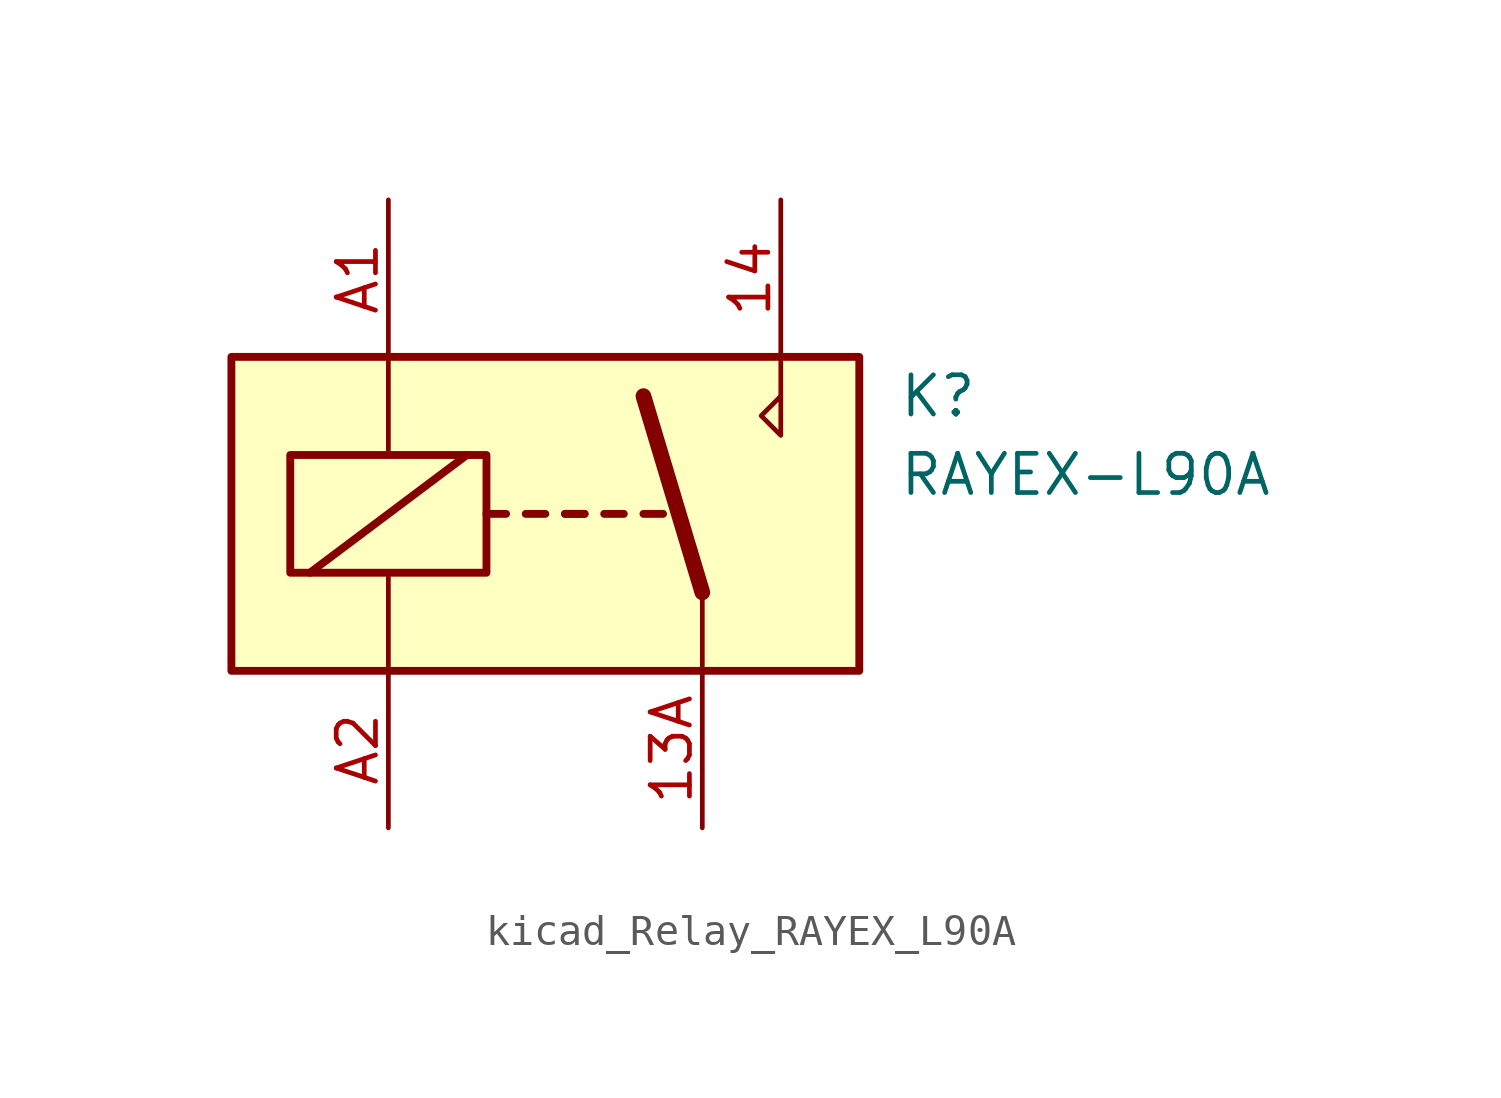
<source format=kicad_sym>
(kicad_symbol_lib
  (version 20220914)
  (generator kicad_symbol_editor)
  (symbol "kicad_Relay_RAYEX_L90A"
    (property "Reference" "K"
      (at 11.43 3.81 0)
      (effects (font (size 1.27 1.27)) (justify left)))
    (property "Value" "RAYEX-L90A"
      (at 11.43 1.27 0)
      (effects (font (size 1.27 1.27)) (justify left)))
    (symbol "kicad_Relay_RAYEX_L90A_1_0"
      (polyline (pts (xy 7.62 3.81) (xy 7.62 5.08)) (stroke (width 0) (type default)) (fill (type none)))
      (polyline (pts (xy 7.62 3.81) (xy 7.62 2.54) (xy 6.985 3.175) (xy 7.62 3.81)) (stroke (width 0) (type default)) (fill (type none))))
    (symbol "kicad_Relay_RAYEX_L90A_1_1"
      (rectangle (start -10.16 5.08) (end 10.16 -5.08) (stroke (width 0.254) (type default)) (fill (type background)))
      (rectangle (start -8.255 1.905) (end -1.905 -1.905) (stroke (width 0.254) (type default)) (fill (type none)))
      (polyline (pts (xy -7.62 -1.905) (xy -2.54 1.905)) (stroke (width 0.254) (type default)) (fill (type none)))
      (polyline (pts (xy -5.08 -5.08) (xy -5.08 -1.905)) (stroke (width 0) (type default)) (fill (type none)))
      (polyline (pts (xy -5.08 5.08) (xy -5.08 1.905)) (stroke (width 0) (type default)) (fill (type none)))
      (polyline (pts (xy -1.905 0) (xy -1.27 0)) (stroke (width 0.254) (type default)) (fill (type none)))
      (polyline (pts (xy -0.635 0) (xy 0 0)) (stroke (width 0.254) (type default)) (fill (type none)))
      (polyline (pts (xy 0.635 0) (xy 1.27 0)) (stroke (width 0.254) (type default)) (fill (type none)))
      (polyline (pts (xy 0.635 0) (xy 1.27 0)) (stroke (width 0.254) (type default)) (fill (type none)))
      (polyline (pts (xy 1.905 0) (xy 2.54 0)) (stroke (width 0.254) (type default)) (fill (type none)))
      (polyline (pts (xy 3.175 0) (xy 3.81 0)) (stroke (width 0.254) (type default)) (fill (type none)))
      (polyline (pts (xy 5.08 -2.54) (xy 3.175 3.81)) (stroke (width 0.508) (type default)) (fill (type none)))
      (polyline (pts (xy 5.08 -2.54) (xy 5.08 -5.08)) (stroke (width 0) (type default)) (fill (type none)))
      (pin passive line (at 5.08 -10.16 90) (length 5.08) (name "~" (effects (font (size 1.27 1.27)))) (number "13A" (effects (font (size 1.27 1.27)))))
      (pin passive line (at 5.08 -10.16 90) (length 5.08) hide (name "~" (effects (font (size 1.27 1.27)))) (number "13B" (effects (font (size 1.27 1.27)))))
      (pin passive line (at 7.62 10.16 270) (length 5.08) (name "~" (effects (font (size 1.27 1.27)))) (number "14" (effects (font (size 1.27 1.27)))))
      (pin passive line (at -5.08 10.16 270) (length 5.08) (name "~" (effects (font (size 1.27 1.27)))) (number "A1" (effects (font (size 1.27 1.27)))))
      (pin passive line (at -5.08 -10.16 90) (length 5.08) (name "~" (effects (font (size 1.27 1.27)))) (number "A2" (effects (font (size 1.27 1.27))))))))
</source>
